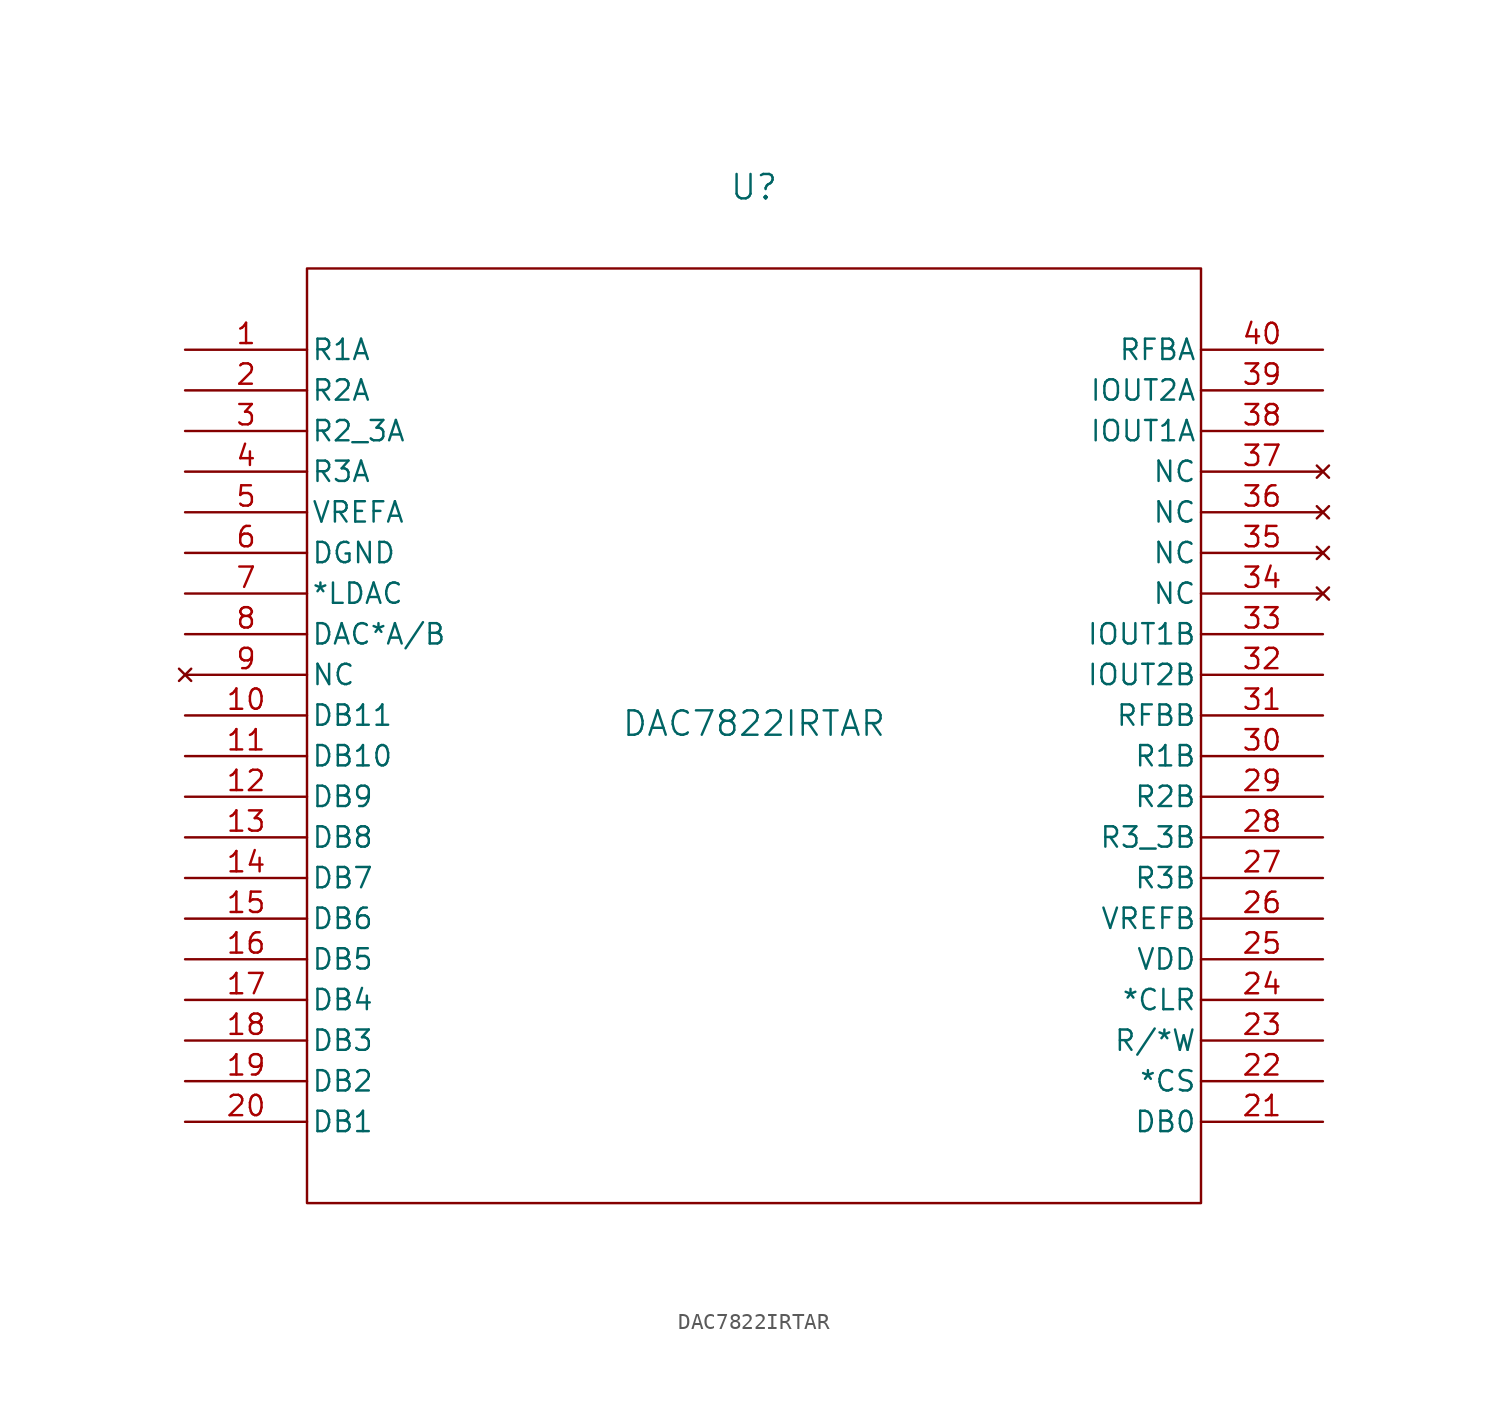
<source format=kicad_sym>
(kicad_symbol_lib
  (version 20241209)
  (generator "kicad_symbol_editor")
  (generator_version "9.0")
  (symbol "DAC7822IRTAR"
    (pin_names
      (offset 0.254))
    (property "Reference" "U"
      (at 35.56 10.16 0)
      (effects (font (size 1.524 1.524))))
    (property "Value" "DAC7822IRTAR"
      (at 35.56 -23.368 0)
      (effects (font (size 1.524 1.524))))
    (property "ki_locked" ""
      (at 0 0 0)
      (effects (font (size 1.27 1.27))))
    (symbol "DAC7822IRTAR_0_1"
      (rectangle (start 7.62 5.08) (end 63.5 -53.34) (stroke (width 0) (type default)) (fill (type none)))
      (pin unspecified line (at 0 0 0) (length 7.62) (name "R1A" (effects (font (size 1.27 1.27)))) (number "1" (effects (font (size 1.27 1.27)))))
      (pin unspecified line (at 0 -2.54 0) (length 7.62) (name "R2A" (effects (font (size 1.27 1.27)))) (number "2" (effects (font (size 1.27 1.27)))))
      (pin unspecified line (at 0 -5.08 0) (length 7.62) (name "R2_3A" (effects (font (size 1.27 1.27)))) (number "3" (effects (font (size 1.27 1.27)))))
      (pin unspecified line (at 0 -7.62 0) (length 7.62) (name "R3A" (effects (font (size 1.27 1.27)))) (number "4" (effects (font (size 1.27 1.27)))))
      (pin input line (at 0 -10.16 0) (length 7.62) (name "VREFA" (effects (font (size 1.27 1.27)))) (number "5" (effects (font (size 1.27 1.27)))))
      (pin power_in line (at 0 -12.7 0) (length 7.62) (name "DGND" (effects (font (size 1.27 1.27)))) (number "6" (effects (font (size 1.27 1.27)))))
      (pin input line (at 0 -15.24 0) (length 7.62) (name "*LDAC" (effects (font (size 1.27 1.27)))) (number "7" (effects (font (size 1.27 1.27)))))
      (pin unspecified line (at 0 -17.78 0) (length 7.62) (name "DAC*A/B" (effects (font (size 1.27 1.27)))) (number "8" (effects (font (size 1.27 1.27)))))
      (pin no_connect line (at 0 -20.32 0) (length 7.62) (name "NC" (effects (font (size 1.27 1.27)))) (number "9" (effects (font (size 1.27 1.27)))))
      (pin unspecified line (at 0 -22.86 0) (length 7.62) (name "DB11" (effects (font (size 1.27 1.27)))) (number "10" (effects (font (size 1.27 1.27)))))
      (pin unspecified line (at 0 -25.4 0) (length 7.62) (name "DB10" (effects (font (size 1.27 1.27)))) (number "11" (effects (font (size 1.27 1.27)))))
      (pin unspecified line (at 0 -27.94 0) (length 7.62) (name "DB9" (effects (font (size 1.27 1.27)))) (number "12" (effects (font (size 1.27 1.27)))))
      (pin unspecified line (at 0 -30.48 0) (length 7.62) (name "DB8" (effects (font (size 1.27 1.27)))) (number "13" (effects (font (size 1.27 1.27)))))
      (pin unspecified line (at 0 -33.02 0) (length 7.62) (name "DB7" (effects (font (size 1.27 1.27)))) (number "14" (effects (font (size 1.27 1.27)))))
      (pin unspecified line (at 0 -35.56 0) (length 7.62) (name "DB6" (effects (font (size 1.27 1.27)))) (number "15" (effects (font (size 1.27 1.27)))))
      (pin unspecified line (at 0 -38.1 0) (length 7.62) (name "DB5" (effects (font (size 1.27 1.27)))) (number "16" (effects (font (size 1.27 1.27)))))
      (pin unspecified line (at 0 -40.64 0) (length 7.62) (name "DB4" (effects (font (size 1.27 1.27)))) (number "17" (effects (font (size 1.27 1.27)))))
      (pin unspecified line (at 0 -43.18 0) (length 7.62) (name "DB3" (effects (font (size 1.27 1.27)))) (number "18" (effects (font (size 1.27 1.27)))))
      (pin unspecified line (at 0 -45.72 0) (length 7.62) (name "DB2" (effects (font (size 1.27 1.27)))) (number "19" (effects (font (size 1.27 1.27)))))
      (pin unspecified line (at 0 -48.26 0) (length 7.62) (name "DB1" (effects (font (size 1.27 1.27)))) (number "20" (effects (font (size 1.27 1.27)))))
      (pin output line (at 71.12 0 180) (length 7.62) (name "RFBA" (effects (font (size 1.27 1.27)))) (number "40" (effects (font (size 1.27 1.27)))))
      (pin output line (at 71.12 -2.54 180) (length 7.62) (name "IOUT2A" (effects (font (size 1.27 1.27)))) (number "39" (effects (font (size 1.27 1.27)))))
      (pin output line (at 71.12 -5.08 180) (length 7.62) (name "IOUT1A" (effects (font (size 1.27 1.27)))) (number "38" (effects (font (size 1.27 1.27)))))
      (pin no_connect line (at 71.12 -7.62 180) (length 7.62) (name "NC" (effects (font (size 1.27 1.27)))) (number "37" (effects (font (size 1.27 1.27)))))
      (pin no_connect line (at 71.12 -10.16 180) (length 7.62) (name "NC" (effects (font (size 1.27 1.27)))) (number "36" (effects (font (size 1.27 1.27)))))
      (pin no_connect line (at 71.12 -12.7 180) (length 7.62) (name "NC" (effects (font (size 1.27 1.27)))) (number "35" (effects (font (size 1.27 1.27)))))
      (pin no_connect line (at 71.12 -15.24 180) (length 7.62) (name "NC" (effects (font (size 1.27 1.27)))) (number "34" (effects (font (size 1.27 1.27)))))
      (pin output line (at 71.12 -17.78 180) (length 7.62) (name "IOUT1B" (effects (font (size 1.27 1.27)))) (number "33" (effects (font (size 1.27 1.27)))))
      (pin output line (at 71.12 -20.32 180) (length 7.62) (name "IOUT2B" (effects (font (size 1.27 1.27)))) (number "32" (effects (font (size 1.27 1.27)))))
      (pin output line (at 71.12 -22.86 180) (length 7.62) (name "RFBB" (effects (font (size 1.27 1.27)))) (number "31" (effects (font (size 1.27 1.27)))))
      (pin unspecified line (at 71.12 -25.4 180) (length 7.62) (name "R1B" (effects (font (size 1.27 1.27)))) (number "30" (effects (font (size 1.27 1.27)))))
      (pin unspecified line (at 71.12 -27.94 180) (length 7.62) (name "R2B" (effects (font (size 1.27 1.27)))) (number "29" (effects (font (size 1.27 1.27)))))
      (pin unspecified line (at 71.12 -30.48 180) (length 7.62) (name "R3_3B" (effects (font (size 1.27 1.27)))) (number "28" (effects (font (size 1.27 1.27)))))
      (pin unspecified line (at 71.12 -33.02 180) (length 7.62) (name "R3B" (effects (font (size 1.27 1.27)))) (number "27" (effects (font (size 1.27 1.27)))))
      (pin input line (at 71.12 -35.56 180) (length 7.62) (name "VREFB" (effects (font (size 1.27 1.27)))) (number "26" (effects (font (size 1.27 1.27)))))
      (pin power_in line (at 71.12 -38.1 180) (length 7.62) (name "VDD" (effects (font (size 1.27 1.27)))) (number "25" (effects (font (size 1.27 1.27)))))
      (pin input line (at 71.12 -40.64 180) (length 7.62) (name "*CLR" (effects (font (size 1.27 1.27)))) (number "24" (effects (font (size 1.27 1.27)))))
      (pin unspecified line (at 71.12 -43.18 180) (length 7.62) (name "R/*W" (effects (font (size 1.27 1.27)))) (number "23" (effects (font (size 1.27 1.27)))))
      (pin input line (at 71.12 -45.72 180) (length 7.62) (name "*CS" (effects (font (size 1.27 1.27)))) (number "22" (effects (font (size 1.27 1.27)))))
      (pin unspecified line (at 71.12 -48.26 180) (length 7.62) (name "DB0" (effects (font (size 1.27 1.27)))) (number "21" (effects (font (size 1.27 1.27))))))))
</source>
